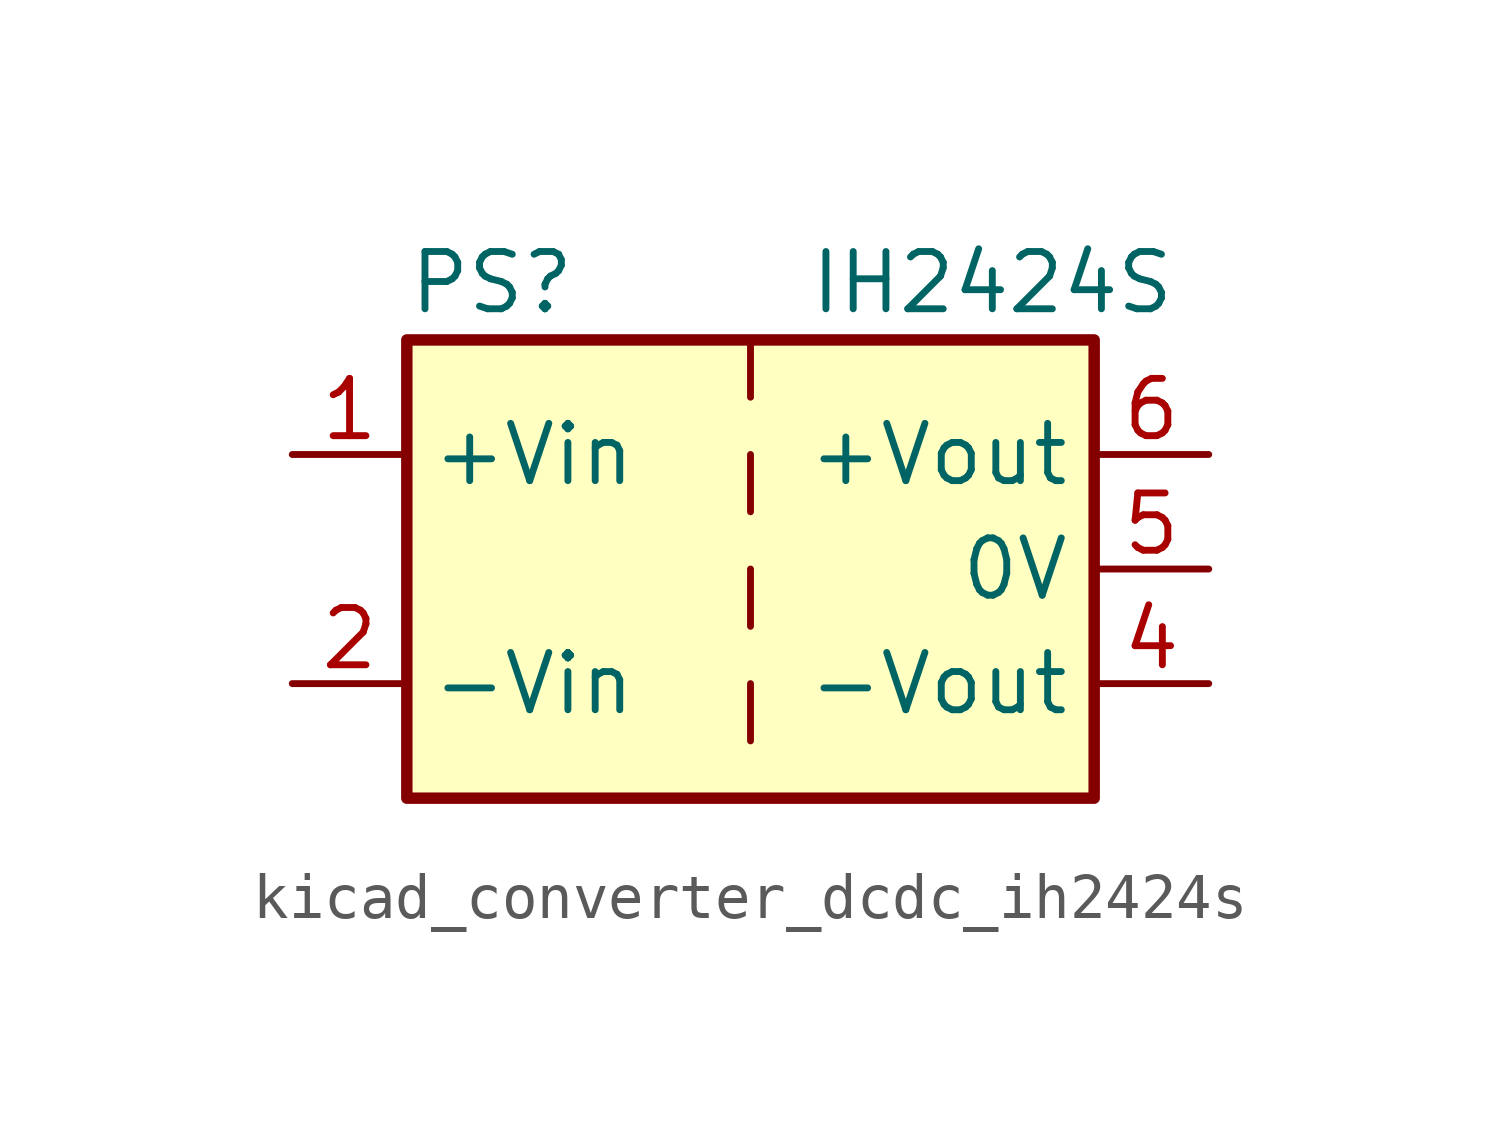
<source format=kicad_sym>
(kicad_symbol_lib
  (version 20220914)
  (generator kicad_symbol_editor)
  (symbol "kicad_converter_dcdc_ih2424s"
    (property "Reference" "PS"
      (at -7.62 6.35 0)
      (effects (font (size 1.27 1.27)) (justify left)))
    (property "Value" "IH2424S"
      (at 1.27 6.35 0)
      (effects (font (size 1.27 1.27)) (justify left)))
    (symbol "kicad_converter_dcdc_ih2424s_0_0"
      (pin power_in line (at -10.16 2.54 0) (length 2.54) (name "+Vin" (effects (font (size 1.27 1.27)))) (number "1" (effects (font (size 1.27 1.27)))))
      (pin power_in line (at -10.16 -2.54 0) (length 2.54) (name "-Vin" (effects (font (size 1.27 1.27)))) (number "2" (effects (font (size 1.27 1.27)))))
      (pin power_out line (at 10.16 -2.54 180) (length 2.54) (name "-Vout" (effects (font (size 1.27 1.27)))) (number "4" (effects (font (size 1.27 1.27)))))
      (pin power_out line (at 10.16 0 180) (length 2.54) (name "0V" (effects (font (size 1.27 1.27)))) (number "5" (effects (font (size 1.27 1.27)))))
      (pin power_out line (at 10.16 2.54 180) (length 2.54) (name "+Vout" (effects (font (size 1.27 1.27)))) (number "6" (effects (font (size 1.27 1.27))))))
    (symbol "kicad_converter_dcdc_ih2424s_0_1"
      (rectangle (start -7.62 5.08) (end 7.62 -5.08) (stroke (width 0.254) (type default)) (fill (type background)))
      (polyline (pts (xy 0 -2.54) (xy 0 -3.81)) (stroke (width 0) (type default)) (fill (type none)))
      (polyline (pts (xy 0 0) (xy 0 -1.27)) (stroke (width 0) (type default)) (fill (type none)))
      (polyline (pts (xy 0 2.54) (xy 0 1.27)) (stroke (width 0) (type default)) (fill (type none)))
      (polyline (pts (xy 0 5.08) (xy 0 3.81)) (stroke (width 0) (type default)) (fill (type none))))))
</source>
